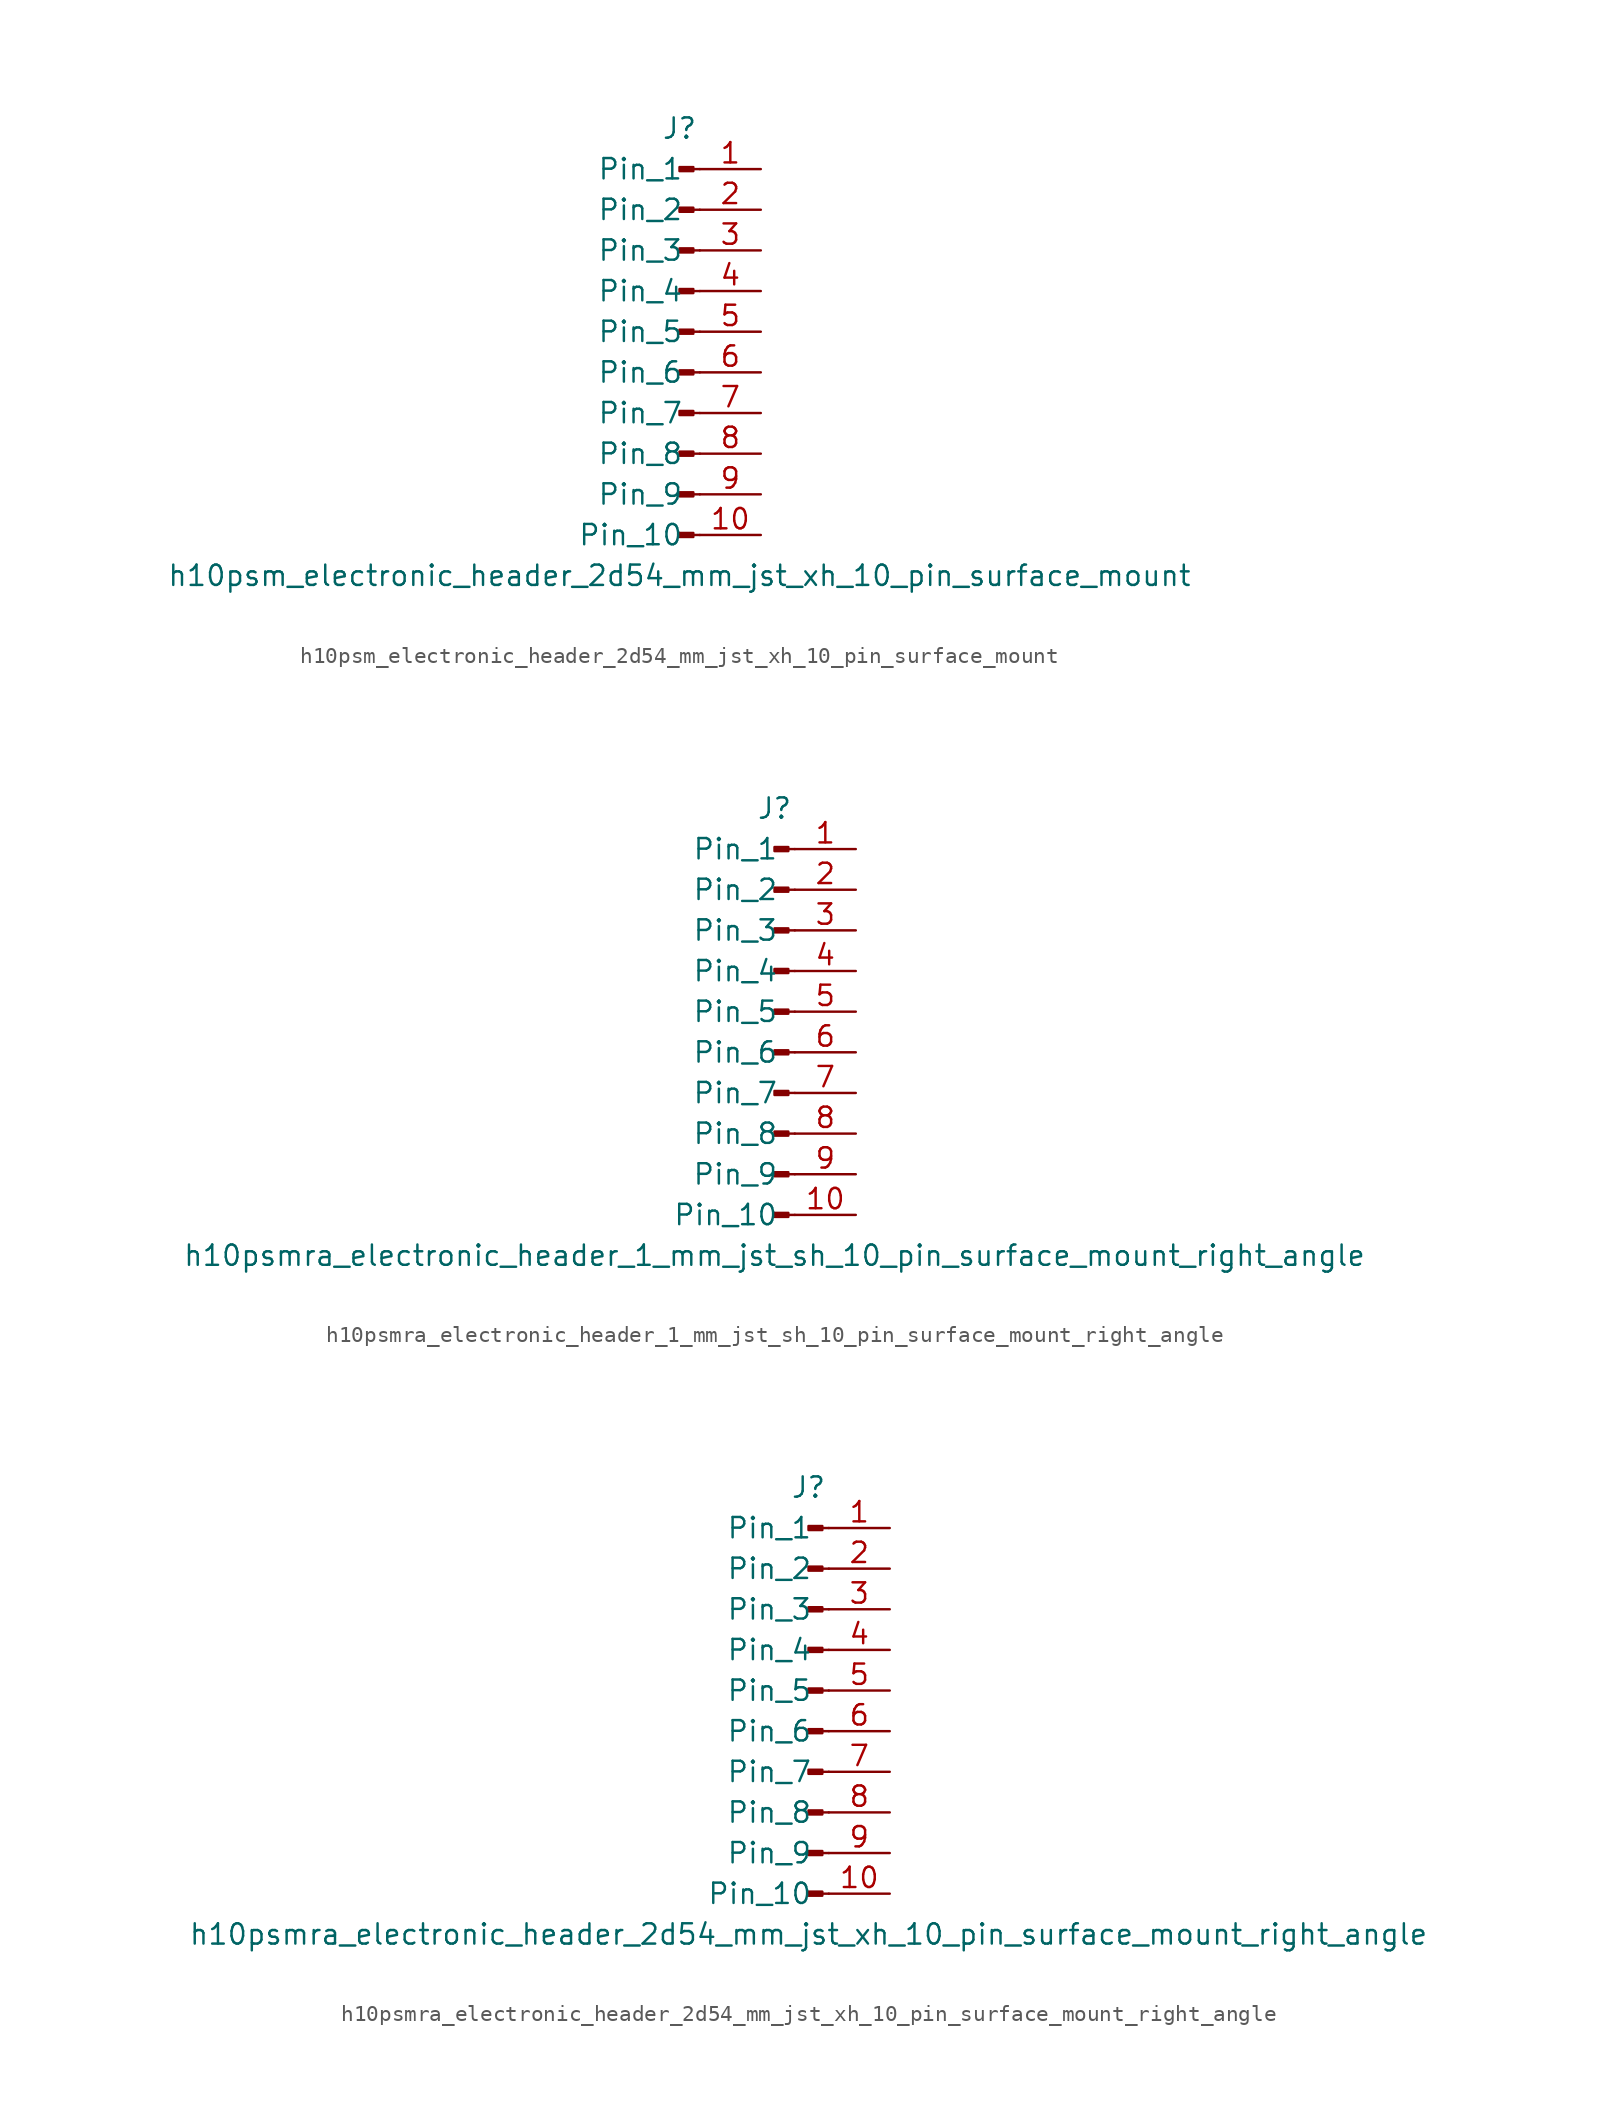
<source format=kicad_sym>
(kicad_symbol_lib
  (version 20220914)
  (generator kicad_symbol_editor)
  (symbol "h10psm_electronic_header_2d54_mm_jst_xh_10_pin_surface_mount"
    (pin_names
      (offset 1.016))
    (property "Reference" "J"
      (at 0 12.7 0)
      (effects (font (size 1.27 1.27))))
    (property "Value" "h10psm_electronic_header_2d54_mm_jst_xh_10_pin_surface_mount"
      (at 0 -15.24 0)
      (effects (font (size 1.27 1.27))))
    (property "ki_locked" ""
      (at 0 0 0)
      (effects (font (size 1.27 1.27))))
    (symbol "h10psm_electronic_header_2d54_mm_jst_xh_10_pin_surface_mount_1_1"
      (polyline (pts (xy 1.27 -12.7) (xy 0.864 -12.7)) (stroke (width 0.152) (type default)) (fill (type none)))
      (polyline (pts (xy 1.27 -10.16) (xy 0.864 -10.16)) (stroke (width 0.152) (type default)) (fill (type none)))
      (polyline (pts (xy 1.27 -7.62) (xy 0.864 -7.62)) (stroke (width 0.152) (type default)) (fill (type none)))
      (polyline (pts (xy 1.27 -5.08) (xy 0.864 -5.08)) (stroke (width 0.152) (type default)) (fill (type none)))
      (polyline (pts (xy 1.27 -2.54) (xy 0.864 -2.54)) (stroke (width 0.152) (type default)) (fill (type none)))
      (polyline (pts (xy 1.27 0) (xy 0.864 0)) (stroke (width 0.152) (type default)) (fill (type none)))
      (polyline (pts (xy 1.27 2.54) (xy 0.864 2.54)) (stroke (width 0.152) (type default)) (fill (type none)))
      (polyline (pts (xy 1.27 5.08) (xy 0.864 5.08)) (stroke (width 0.152) (type default)) (fill (type none)))
      (polyline (pts (xy 1.27 7.62) (xy 0.864 7.62)) (stroke (width 0.152) (type default)) (fill (type none)))
      (polyline (pts (xy 1.27 10.16) (xy 0.864 10.16)) (stroke (width 0.152) (type default)) (fill (type none)))
      (rectangle (start 0.864 -12.573) (end 0 -12.827) (stroke (width 0.152) (type default)) (fill (type outline)))
      (rectangle (start 0.864 -10.033) (end 0 -10.287) (stroke (width 0.152) (type default)) (fill (type outline)))
      (rectangle (start 0.864 -7.493) (end 0 -7.747) (stroke (width 0.152) (type default)) (fill (type outline)))
      (rectangle (start 0.864 -4.953) (end 0 -5.207) (stroke (width 0.152) (type default)) (fill (type outline)))
      (rectangle (start 0.864 -2.413) (end 0 -2.667) (stroke (width 0.152) (type default)) (fill (type outline)))
      (rectangle (start 0.864 0.127) (end 0 -0.127) (stroke (width 0.152) (type default)) (fill (type outline)))
      (rectangle (start 0.864 2.667) (end 0 2.413) (stroke (width 0.152) (type default)) (fill (type outline)))
      (rectangle (start 0.864 5.207) (end 0 4.953) (stroke (width 0.152) (type default)) (fill (type outline)))
      (rectangle (start 0.864 7.747) (end 0 7.493) (stroke (width 0.152) (type default)) (fill (type outline)))
      (rectangle (start 0.864 10.287) (end 0 10.033) (stroke (width 0.152) (type default)) (fill (type outline)))
      (pin passive line (at 5.08 10.16 180) (length 3.81) (name "Pin_1" (effects (font (size 1.27 1.27)))) (number "1" (effects (font (size 1.27 1.27)))))
      (pin passive line (at 5.08 -12.7 180) (length 3.81) (name "Pin_10" (effects (font (size 1.27 1.27)))) (number "10" (effects (font (size 1.27 1.27)))))
      (pin passive line (at 5.08 7.62 180) (length 3.81) (name "Pin_2" (effects (font (size 1.27 1.27)))) (number "2" (effects (font (size 1.27 1.27)))))
      (pin passive line (at 5.08 5.08 180) (length 3.81) (name "Pin_3" (effects (font (size 1.27 1.27)))) (number "3" (effects (font (size 1.27 1.27)))))
      (pin passive line (at 5.08 2.54 180) (length 3.81) (name "Pin_4" (effects (font (size 1.27 1.27)))) (number "4" (effects (font (size 1.27 1.27)))))
      (pin passive line (at 5.08 0 180) (length 3.81) (name "Pin_5" (effects (font (size 1.27 1.27)))) (number "5" (effects (font (size 1.27 1.27)))))
      (pin passive line (at 5.08 -2.54 180) (length 3.81) (name "Pin_6" (effects (font (size 1.27 1.27)))) (number "6" (effects (font (size 1.27 1.27)))))
      (pin passive line (at 5.08 -5.08 180) (length 3.81) (name "Pin_7" (effects (font (size 1.27 1.27)))) (number "7" (effects (font (size 1.27 1.27)))))
      (pin passive line (at 5.08 -7.62 180) (length 3.81) (name "Pin_8" (effects (font (size 1.27 1.27)))) (number "8" (effects (font (size 1.27 1.27)))))
      (pin passive line (at 5.08 -10.16 180) (length 3.81) (name "Pin_9" (effects (font (size 1.27 1.27)))) (number "9" (effects (font (size 1.27 1.27)))))))
  (symbol "h10psmra_electronic_header_1_mm_jst_sh_10_pin_surface_mount_right_angle"
    (pin_names
      (offset 1.016))
    (property "Reference" "J"
      (at 0 12.7 0)
      (effects (font (size 1.27 1.27))))
    (property "Value" "h10psmra_electronic_header_1_mm_jst_sh_10_pin_surface_mount_right_angle"
      (at 0 -15.24 0)
      (effects (font (size 1.27 1.27))))
    (property "ki_locked" ""
      (at 0 0 0)
      (effects (font (size 1.27 1.27))))
    (symbol "h10psmra_electronic_header_1_mm_jst_sh_10_pin_surface_mount_right_angle_1_1"
      (polyline (pts (xy 1.27 -12.7) (xy 0.864 -12.7)) (stroke (width 0.152) (type default)) (fill (type none)))
      (polyline (pts (xy 1.27 -10.16) (xy 0.864 -10.16)) (stroke (width 0.152) (type default)) (fill (type none)))
      (polyline (pts (xy 1.27 -7.62) (xy 0.864 -7.62)) (stroke (width 0.152) (type default)) (fill (type none)))
      (polyline (pts (xy 1.27 -5.08) (xy 0.864 -5.08)) (stroke (width 0.152) (type default)) (fill (type none)))
      (polyline (pts (xy 1.27 -2.54) (xy 0.864 -2.54)) (stroke (width 0.152) (type default)) (fill (type none)))
      (polyline (pts (xy 1.27 0) (xy 0.864 0)) (stroke (width 0.152) (type default)) (fill (type none)))
      (polyline (pts (xy 1.27 2.54) (xy 0.864 2.54)) (stroke (width 0.152) (type default)) (fill (type none)))
      (polyline (pts (xy 1.27 5.08) (xy 0.864 5.08)) (stroke (width 0.152) (type default)) (fill (type none)))
      (polyline (pts (xy 1.27 7.62) (xy 0.864 7.62)) (stroke (width 0.152) (type default)) (fill (type none)))
      (polyline (pts (xy 1.27 10.16) (xy 0.864 10.16)) (stroke (width 0.152) (type default)) (fill (type none)))
      (rectangle (start 0.864 -12.573) (end 0 -12.827) (stroke (width 0.152) (type default)) (fill (type outline)))
      (rectangle (start 0.864 -10.033) (end 0 -10.287) (stroke (width 0.152) (type default)) (fill (type outline)))
      (rectangle (start 0.864 -7.493) (end 0 -7.747) (stroke (width 0.152) (type default)) (fill (type outline)))
      (rectangle (start 0.864 -4.953) (end 0 -5.207) (stroke (width 0.152) (type default)) (fill (type outline)))
      (rectangle (start 0.864 -2.413) (end 0 -2.667) (stroke (width 0.152) (type default)) (fill (type outline)))
      (rectangle (start 0.864 0.127) (end 0 -0.127) (stroke (width 0.152) (type default)) (fill (type outline)))
      (rectangle (start 0.864 2.667) (end 0 2.413) (stroke (width 0.152) (type default)) (fill (type outline)))
      (rectangle (start 0.864 5.207) (end 0 4.953) (stroke (width 0.152) (type default)) (fill (type outline)))
      (rectangle (start 0.864 7.747) (end 0 7.493) (stroke (width 0.152) (type default)) (fill (type outline)))
      (rectangle (start 0.864 10.287) (end 0 10.033) (stroke (width 0.152) (type default)) (fill (type outline)))
      (pin passive line (at 5.08 10.16 180) (length 3.81) (name "Pin_1" (effects (font (size 1.27 1.27)))) (number "1" (effects (font (size 1.27 1.27)))))
      (pin passive line (at 5.08 -12.7 180) (length 3.81) (name "Pin_10" (effects (font (size 1.27 1.27)))) (number "10" (effects (font (size 1.27 1.27)))))
      (pin passive line (at 5.08 7.62 180) (length 3.81) (name "Pin_2" (effects (font (size 1.27 1.27)))) (number "2" (effects (font (size 1.27 1.27)))))
      (pin passive line (at 5.08 5.08 180) (length 3.81) (name "Pin_3" (effects (font (size 1.27 1.27)))) (number "3" (effects (font (size 1.27 1.27)))))
      (pin passive line (at 5.08 2.54 180) (length 3.81) (name "Pin_4" (effects (font (size 1.27 1.27)))) (number "4" (effects (font (size 1.27 1.27)))))
      (pin passive line (at 5.08 0 180) (length 3.81) (name "Pin_5" (effects (font (size 1.27 1.27)))) (number "5" (effects (font (size 1.27 1.27)))))
      (pin passive line (at 5.08 -2.54 180) (length 3.81) (name "Pin_6" (effects (font (size 1.27 1.27)))) (number "6" (effects (font (size 1.27 1.27)))))
      (pin passive line (at 5.08 -5.08 180) (length 3.81) (name "Pin_7" (effects (font (size 1.27 1.27)))) (number "7" (effects (font (size 1.27 1.27)))))
      (pin passive line (at 5.08 -7.62 180) (length 3.81) (name "Pin_8" (effects (font (size 1.27 1.27)))) (number "8" (effects (font (size 1.27 1.27)))))
      (pin passive line (at 5.08 -10.16 180) (length 3.81) (name "Pin_9" (effects (font (size 1.27 1.27)))) (number "9" (effects (font (size 1.27 1.27)))))))
  (symbol "h10psmra_electronic_header_2d54_mm_jst_xh_10_pin_surface_mount_right_angle"
    (pin_names
      (offset 1.016))
    (property "Reference" "J"
      (at 0 12.7 0)
      (effects (font (size 1.27 1.27))))
    (property "Value" "h10psmra_electronic_header_2d54_mm_jst_xh_10_pin_surface_mount_right_angle"
      (at 0 -15.24 0)
      (effects (font (size 1.27 1.27))))
    (property "ki_locked" ""
      (at 0 0 0)
      (effects (font (size 1.27 1.27))))
    (symbol "h10psmra_electronic_header_2d54_mm_jst_xh_10_pin_surface_mount_right_angle_1_1"
      (polyline (pts (xy 1.27 -12.7) (xy 0.864 -12.7)) (stroke (width 0.152) (type default)) (fill (type none)))
      (polyline (pts (xy 1.27 -10.16) (xy 0.864 -10.16)) (stroke (width 0.152) (type default)) (fill (type none)))
      (polyline (pts (xy 1.27 -7.62) (xy 0.864 -7.62)) (stroke (width 0.152) (type default)) (fill (type none)))
      (polyline (pts (xy 1.27 -5.08) (xy 0.864 -5.08)) (stroke (width 0.152) (type default)) (fill (type none)))
      (polyline (pts (xy 1.27 -2.54) (xy 0.864 -2.54)) (stroke (width 0.152) (type default)) (fill (type none)))
      (polyline (pts (xy 1.27 0) (xy 0.864 0)) (stroke (width 0.152) (type default)) (fill (type none)))
      (polyline (pts (xy 1.27 2.54) (xy 0.864 2.54)) (stroke (width 0.152) (type default)) (fill (type none)))
      (polyline (pts (xy 1.27 5.08) (xy 0.864 5.08)) (stroke (width 0.152) (type default)) (fill (type none)))
      (polyline (pts (xy 1.27 7.62) (xy 0.864 7.62)) (stroke (width 0.152) (type default)) (fill (type none)))
      (polyline (pts (xy 1.27 10.16) (xy 0.864 10.16)) (stroke (width 0.152) (type default)) (fill (type none)))
      (rectangle (start 0.864 -12.573) (end 0 -12.827) (stroke (width 0.152) (type default)) (fill (type outline)))
      (rectangle (start 0.864 -10.033) (end 0 -10.287) (stroke (width 0.152) (type default)) (fill (type outline)))
      (rectangle (start 0.864 -7.493) (end 0 -7.747) (stroke (width 0.152) (type default)) (fill (type outline)))
      (rectangle (start 0.864 -4.953) (end 0 -5.207) (stroke (width 0.152) (type default)) (fill (type outline)))
      (rectangle (start 0.864 -2.413) (end 0 -2.667) (stroke (width 0.152) (type default)) (fill (type outline)))
      (rectangle (start 0.864 0.127) (end 0 -0.127) (stroke (width 0.152) (type default)) (fill (type outline)))
      (rectangle (start 0.864 2.667) (end 0 2.413) (stroke (width 0.152) (type default)) (fill (type outline)))
      (rectangle (start 0.864 5.207) (end 0 4.953) (stroke (width 0.152) (type default)) (fill (type outline)))
      (rectangle (start 0.864 7.747) (end 0 7.493) (stroke (width 0.152) (type default)) (fill (type outline)))
      (rectangle (start 0.864 10.287) (end 0 10.033) (stroke (width 0.152) (type default)) (fill (type outline)))
      (pin passive line (at 5.08 10.16 180) (length 3.81) (name "Pin_1" (effects (font (size 1.27 1.27)))) (number "1" (effects (font (size 1.27 1.27)))))
      (pin passive line (at 5.08 -12.7 180) (length 3.81) (name "Pin_10" (effects (font (size 1.27 1.27)))) (number "10" (effects (font (size 1.27 1.27)))))
      (pin passive line (at 5.08 7.62 180) (length 3.81) (name "Pin_2" (effects (font (size 1.27 1.27)))) (number "2" (effects (font (size 1.27 1.27)))))
      (pin passive line (at 5.08 5.08 180) (length 3.81) (name "Pin_3" (effects (font (size 1.27 1.27)))) (number "3" (effects (font (size 1.27 1.27)))))
      (pin passive line (at 5.08 2.54 180) (length 3.81) (name "Pin_4" (effects (font (size 1.27 1.27)))) (number "4" (effects (font (size 1.27 1.27)))))
      (pin passive line (at 5.08 0 180) (length 3.81) (name "Pin_5" (effects (font (size 1.27 1.27)))) (number "5" (effects (font (size 1.27 1.27)))))
      (pin passive line (at 5.08 -2.54 180) (length 3.81) (name "Pin_6" (effects (font (size 1.27 1.27)))) (number "6" (effects (font (size 1.27 1.27)))))
      (pin passive line (at 5.08 -5.08 180) (length 3.81) (name "Pin_7" (effects (font (size 1.27 1.27)))) (number "7" (effects (font (size 1.27 1.27)))))
      (pin passive line (at 5.08 -7.62 180) (length 3.81) (name "Pin_8" (effects (font (size 1.27 1.27)))) (number "8" (effects (font (size 1.27 1.27)))))
      (pin passive line (at 5.08 -10.16 180) (length 3.81) (name "Pin_9" (effects (font (size 1.27 1.27)))) (number "9" (effects (font (size 1.27 1.27))))))))
</source>
